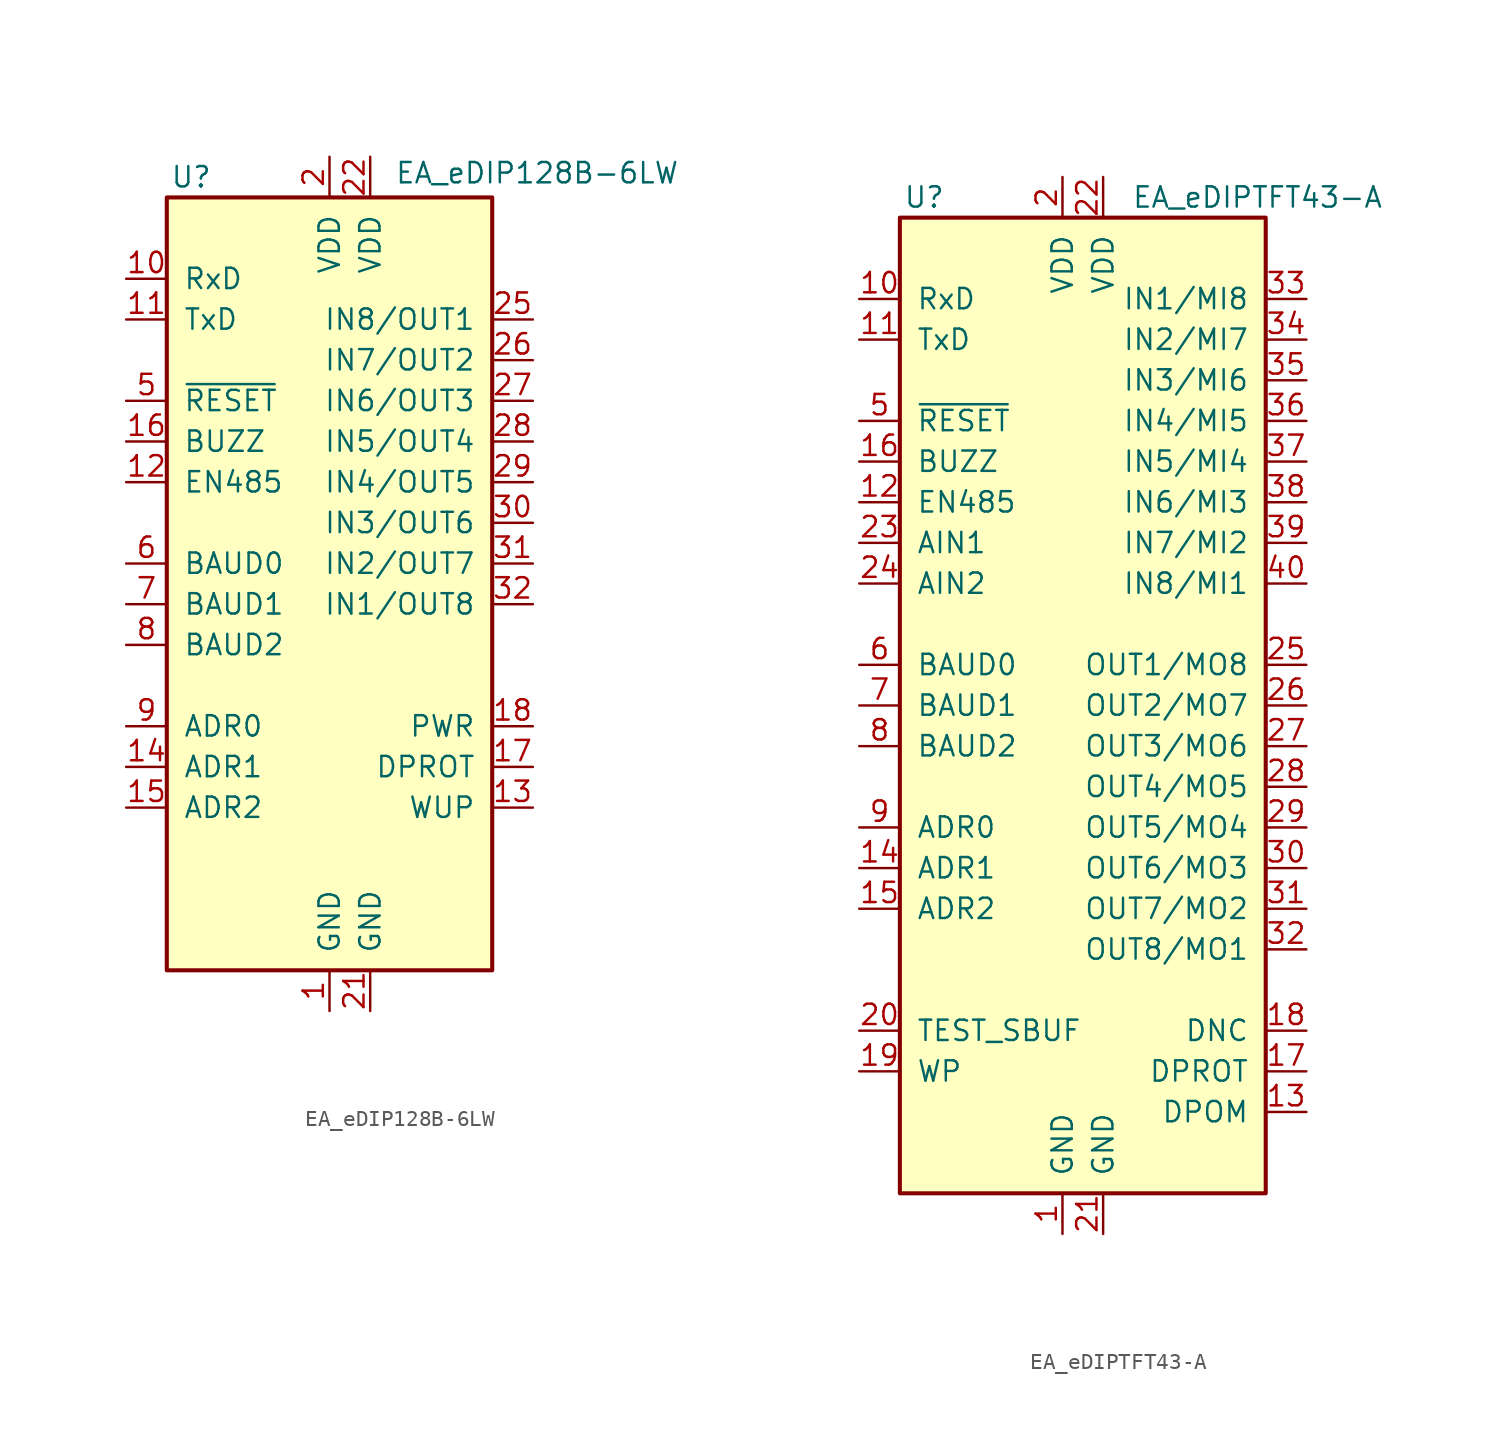
<source format=kicad_sym>
(kicad_symbol_lib
  (version 20220914)
  (generator kicad_symbol_editor)
  (symbol "EA_eDIP128B-6LW"
    (pin_names
      (offset 1.016))
    (property "Reference" "U"
      (at -8.636 24.13 0)
      (effects (font (size 1.27 1.27))))
    (property "Value" "EA_eDIP128B-6LW"
      (at 4.064 24.384 0)
      (effects (font (size 1.27 1.27)) (justify left)))
    (symbol "EA_eDIP128B-6LW_0_1"
      (rectangle (start -10.16 22.86) (end 10.16 -25.4) (stroke (width 0.254) (type default)) (fill (type background))))
    (symbol "EA_eDIP128B-6LW_1_1"
      (pin power_in line (at 0 -27.94 90) (length 2.54) (name "GND" (effects (font (size 1.27 1.27)))) (number "1" (effects (font (size 1.27 1.27)))))
      (pin input line (at -12.7 17.78 0) (length 2.54) (name "RxD" (effects (font (size 1.27 1.27)))) (number "10" (effects (font (size 1.27 1.27)))))
      (pin output line (at -12.7 15.24 0) (length 2.54) (name "TxD" (effects (font (size 1.27 1.27)))) (number "11" (effects (font (size 1.27 1.27)))))
      (pin output line (at -12.7 5.08 0) (length 2.54) (name "EN485" (effects (font (size 1.27 1.27)))) (number "12" (effects (font (size 1.27 1.27)))))
      (pin input line (at 12.7 -15.24 180) (length 2.54) (name "WUP" (effects (font (size 1.27 1.27)))) (number "13" (effects (font (size 1.27 1.27)))))
      (pin input line (at -12.7 -12.7 0) (length 2.54) (name "ADR1" (effects (font (size 1.27 1.27)))) (number "14" (effects (font (size 1.27 1.27)))))
      (pin input line (at -12.7 -15.24 0) (length 2.54) (name "ADR2" (effects (font (size 1.27 1.27)))) (number "15" (effects (font (size 1.27 1.27)))))
      (pin output line (at -12.7 7.62 0) (length 2.54) (name "BUZZ" (effects (font (size 1.27 1.27)))) (number "16" (effects (font (size 1.27 1.27)))))
      (pin input line (at 12.7 -12.7 180) (length 2.54) (name "DPROT" (effects (font (size 1.27 1.27)))) (number "17" (effects (font (size 1.27 1.27)))))
      (pin output line (at 12.7 -10.16 180) (length 2.54) (name "PWR" (effects (font (size 1.27 1.27)))) (number "18" (effects (font (size 1.27 1.27)))))
      (pin no_connect line (at -12.7 -22.86 0) (length 2.54) hide (name "NC" (effects (font (size 1.27 1.27)))) (number "19" (effects (font (size 1.27 1.27)))))
      (pin power_in line (at 0 25.4 270) (length 2.54) (name "VDD" (effects (font (size 1.27 1.27)))) (number "2" (effects (font (size 1.27 1.27)))))
      (pin power_in line (at 2.54 -27.94 90) (length 2.54) (name "GND" (effects (font (size 1.27 1.27)))) (number "21" (effects (font (size 1.27 1.27)))))
      (pin power_in line (at 2.54 25.4 270) (length 2.54) (name "VDD" (effects (font (size 1.27 1.27)))) (number "22" (effects (font (size 1.27 1.27)))))
      (pin no_connect line (at 12.7 -17.78 180) (length 2.54) hide (name "NC" (effects (font (size 1.27 1.27)))) (number "23" (effects (font (size 1.27 1.27)))))
      (pin no_connect line (at 12.7 -20.32 180) (length 2.54) hide (name "NC" (effects (font (size 1.27 1.27)))) (number "24" (effects (font (size 1.27 1.27)))))
      (pin bidirectional line (at 12.7 15.24 180) (length 2.54) (name "IN8/OUT1" (effects (font (size 1.27 1.27)))) (number "25" (effects (font (size 1.27 1.27)))))
      (pin bidirectional line (at 12.7 12.7 180) (length 2.54) (name "IN7/OUT2" (effects (font (size 1.27 1.27)))) (number "26" (effects (font (size 1.27 1.27)))))
      (pin bidirectional line (at 12.7 10.16 180) (length 2.54) (name "IN6/OUT3" (effects (font (size 1.27 1.27)))) (number "27" (effects (font (size 1.27 1.27)))))
      (pin bidirectional line (at 12.7 7.62 180) (length 2.54) (name "IN5/OUT4" (effects (font (size 1.27 1.27)))) (number "28" (effects (font (size 1.27 1.27)))))
      (pin bidirectional line (at 12.7 5.08 180) (length 2.54) (name "IN4/OUT5" (effects (font (size 1.27 1.27)))) (number "29" (effects (font (size 1.27 1.27)))))
      (pin no_connect line (at -12.7 -17.78 0) (length 2.54) hide (name "NC" (effects (font (size 1.27 1.27)))) (number "3" (effects (font (size 1.27 1.27)))))
      (pin bidirectional line (at 12.7 2.54 180) (length 2.54) (name "IN3/OUT6" (effects (font (size 1.27 1.27)))) (number "30" (effects (font (size 1.27 1.27)))))
      (pin bidirectional line (at 12.7 0 180) (length 2.54) (name "IN2/OUT7" (effects (font (size 1.27 1.27)))) (number "31" (effects (font (size 1.27 1.27)))))
      (pin bidirectional line (at 12.7 -2.54 180) (length 2.54) (name "IN1/OUT8" (effects (font (size 1.27 1.27)))) (number "32" (effects (font (size 1.27 1.27)))))
      (pin no_connect line (at -12.7 -20.32 0) (length 2.54) hide (name "NC" (effects (font (size 1.27 1.27)))) (number "4" (effects (font (size 1.27 1.27)))))
      (pin input line (at -12.7 10.16 0) (length 2.54) (name "~{RESET}" (effects (font (size 1.27 1.27)))) (number "5" (effects (font (size 1.27 1.27)))))
      (pin input line (at -12.7 0 0) (length 2.54) (name "BAUD0" (effects (font (size 1.27 1.27)))) (number "6" (effects (font (size 1.27 1.27)))))
      (pin input line (at -12.7 -2.54 0) (length 2.54) (name "BAUD1" (effects (font (size 1.27 1.27)))) (number "7" (effects (font (size 1.27 1.27)))))
      (pin input line (at -12.7 -5.08 0) (length 2.54) (name "BAUD2" (effects (font (size 1.27 1.27)))) (number "8" (effects (font (size 1.27 1.27)))))
      (pin input line (at -12.7 -10.16 0) (length 2.54) (name "ADR0" (effects (font (size 1.27 1.27)))) (number "9" (effects (font (size 1.27 1.27)))))))
  (symbol "EA_eDIPTFT43-A"
    (pin_names
      (offset 1.016))
    (property "Reference" "U"
      (at -11.176 31.75 0)
      (effects (font (size 1.27 1.27))))
    (property "Value" "EA_eDIPTFT43-A"
      (at 1.778 31.75 0)
      (effects (font (size 1.27 1.27)) (justify left)))
    (symbol "EA_eDIPTFT43-A_0_1"
      (rectangle (start -12.7 30.48) (end 10.16 -30.48) (stroke (width 0.254) (type default)) (fill (type background))))
    (symbol "EA_eDIPTFT43-A_1_1"
      (pin power_in line (at -2.54 -33.02 90) (length 2.54) (name "GND" (effects (font (size 1.27 1.27)))) (number "1" (effects (font (size 1.27 1.27)))))
      (pin input line (at -15.24 25.4 0) (length 2.54) (name "RxD" (effects (font (size 1.27 1.27)))) (number "10" (effects (font (size 1.27 1.27)))))
      (pin output line (at -15.24 22.86 0) (length 2.54) (name "TxD" (effects (font (size 1.27 1.27)))) (number "11" (effects (font (size 1.27 1.27)))))
      (pin output line (at -15.24 12.7 0) (length 2.54) (name "EN485" (effects (font (size 1.27 1.27)))) (number "12" (effects (font (size 1.27 1.27)))))
      (pin input line (at 12.7 -25.4 180) (length 2.54) (name "DPOM" (effects (font (size 1.27 1.27)))) (number "13" (effects (font (size 1.27 1.27)))))
      (pin input line (at -15.24 -10.16 0) (length 2.54) (name "ADR1" (effects (font (size 1.27 1.27)))) (number "14" (effects (font (size 1.27 1.27)))))
      (pin input line (at -15.24 -12.7 0) (length 2.54) (name "ADR2" (effects (font (size 1.27 1.27)))) (number "15" (effects (font (size 1.27 1.27)))))
      (pin output line (at -15.24 15.24 0) (length 2.54) (name "BUZZ" (effects (font (size 1.27 1.27)))) (number "16" (effects (font (size 1.27 1.27)))))
      (pin input line (at 12.7 -22.86 180) (length 2.54) (name "DPROT" (effects (font (size 1.27 1.27)))) (number "17" (effects (font (size 1.27 1.27)))))
      (pin output line (at 12.7 -20.32 180) (length 2.54) (name "DNC" (effects (font (size 1.27 1.27)))) (number "18" (effects (font (size 1.27 1.27)))))
      (pin input line (at -15.24 -22.86 0) (length 2.54) (name "WP" (effects (font (size 1.27 1.27)))) (number "19" (effects (font (size 1.27 1.27)))))
      (pin power_in line (at -2.54 33.02 270) (length 2.54) (name "VDD" (effects (font (size 1.27 1.27)))) (number "2" (effects (font (size 1.27 1.27)))))
      (pin bidirectional line (at -15.24 -20.32 0) (length 2.54) (name "TEST_SBUF" (effects (font (size 1.27 1.27)))) (number "20" (effects (font (size 1.27 1.27)))))
      (pin power_in line (at 0 -33.02 90) (length 2.54) (name "GND" (effects (font (size 1.27 1.27)))) (number "21" (effects (font (size 1.27 1.27)))))
      (pin power_in line (at 0 33.02 270) (length 2.54) (name "VDD" (effects (font (size 1.27 1.27)))) (number "22" (effects (font (size 1.27 1.27)))))
      (pin input line (at -15.24 10.16 0) (length 2.54) (name "AIN1" (effects (font (size 1.27 1.27)))) (number "23" (effects (font (size 1.27 1.27)))))
      (pin input line (at -15.24 7.62 0) (length 2.54) (name "AIN2" (effects (font (size 1.27 1.27)))) (number "24" (effects (font (size 1.27 1.27)))))
      (pin output line (at 12.7 2.54 180) (length 2.54) (name "OUT1/MO8" (effects (font (size 1.27 1.27)))) (number "25" (effects (font (size 1.27 1.27)))))
      (pin output line (at 12.7 0 180) (length 2.54) (name "OUT2/MO7" (effects (font (size 1.27 1.27)))) (number "26" (effects (font (size 1.27 1.27)))))
      (pin output line (at 12.7 -2.54 180) (length 2.54) (name "OUT3/MO6" (effects (font (size 1.27 1.27)))) (number "27" (effects (font (size 1.27 1.27)))))
      (pin output line (at 12.7 -5.08 180) (length 2.54) (name "OUT4/MO5" (effects (font (size 1.27 1.27)))) (number "28" (effects (font (size 1.27 1.27)))))
      (pin output line (at 12.7 -7.62 180) (length 2.54) (name "OUT5/MO4" (effects (font (size 1.27 1.27)))) (number "29" (effects (font (size 1.27 1.27)))))
      (pin no_connect line (at 12.7 -27.94 180) (length 2.54) hide (name "NC" (effects (font (size 1.27 1.27)))) (number "3" (effects (font (size 1.27 1.27)))))
      (pin output line (at 12.7 -10.16 180) (length 2.54) (name "OUT6/MO3" (effects (font (size 1.27 1.27)))) (number "30" (effects (font (size 1.27 1.27)))))
      (pin output line (at 12.7 -12.7 180) (length 2.54) (name "OUT7/MO2" (effects (font (size 1.27 1.27)))) (number "31" (effects (font (size 1.27 1.27)))))
      (pin output line (at 12.7 -15.24 180) (length 2.54) (name "OUT8/MO1" (effects (font (size 1.27 1.27)))) (number "32" (effects (font (size 1.27 1.27)))))
      (pin input line (at 12.7 25.4 180) (length 2.54) (name "IN1/MI8" (effects (font (size 1.27 1.27)))) (number "33" (effects (font (size 1.27 1.27)))))
      (pin input line (at 12.7 22.86 180) (length 2.54) (name "IN2/MI7" (effects (font (size 1.27 1.27)))) (number "34" (effects (font (size 1.27 1.27)))))
      (pin input line (at 12.7 20.32 180) (length 2.54) (name "IN3/MI6" (effects (font (size 1.27 1.27)))) (number "35" (effects (font (size 1.27 1.27)))))
      (pin input line (at 12.7 17.78 180) (length 2.54) (name "IN4/MI5" (effects (font (size 1.27 1.27)))) (number "36" (effects (font (size 1.27 1.27)))))
      (pin input line (at 12.7 15.24 180) (length 2.54) (name "IN5/MI4" (effects (font (size 1.27 1.27)))) (number "37" (effects (font (size 1.27 1.27)))))
      (pin input line (at 12.7 12.7 180) (length 2.54) (name "IN6/MI3" (effects (font (size 1.27 1.27)))) (number "38" (effects (font (size 1.27 1.27)))))
      (pin input line (at 12.7 10.16 180) (length 2.54) (name "IN7/MI2" (effects (font (size 1.27 1.27)))) (number "39" (effects (font (size 1.27 1.27)))))
      (pin no_connect line (at -15.24 -27.94 0) (length 2.54) hide (name "NC" (effects (font (size 1.27 1.27)))) (number "4" (effects (font (size 1.27 1.27)))))
      (pin input line (at 12.7 7.62 180) (length 2.54) (name "IN8/MI1" (effects (font (size 1.27 1.27)))) (number "40" (effects (font (size 1.27 1.27)))))
      (pin input line (at -15.24 17.78 0) (length 2.54) (name "~{RESET}" (effects (font (size 1.27 1.27)))) (number "5" (effects (font (size 1.27 1.27)))))
      (pin input line (at -15.24 2.54 0) (length 2.54) (name "BAUD0" (effects (font (size 1.27 1.27)))) (number "6" (effects (font (size 1.27 1.27)))))
      (pin input line (at -15.24 0 0) (length 2.54) (name "BAUD1" (effects (font (size 1.27 1.27)))) (number "7" (effects (font (size 1.27 1.27)))))
      (pin input line (at -15.24 -2.54 0) (length 2.54) (name "BAUD2" (effects (font (size 1.27 1.27)))) (number "8" (effects (font (size 1.27 1.27)))))
      (pin input line (at -15.24 -7.62 0) (length 2.54) (name "ADR0" (effects (font (size 1.27 1.27)))) (number "9" (effects (font (size 1.27 1.27))))))))
</source>
